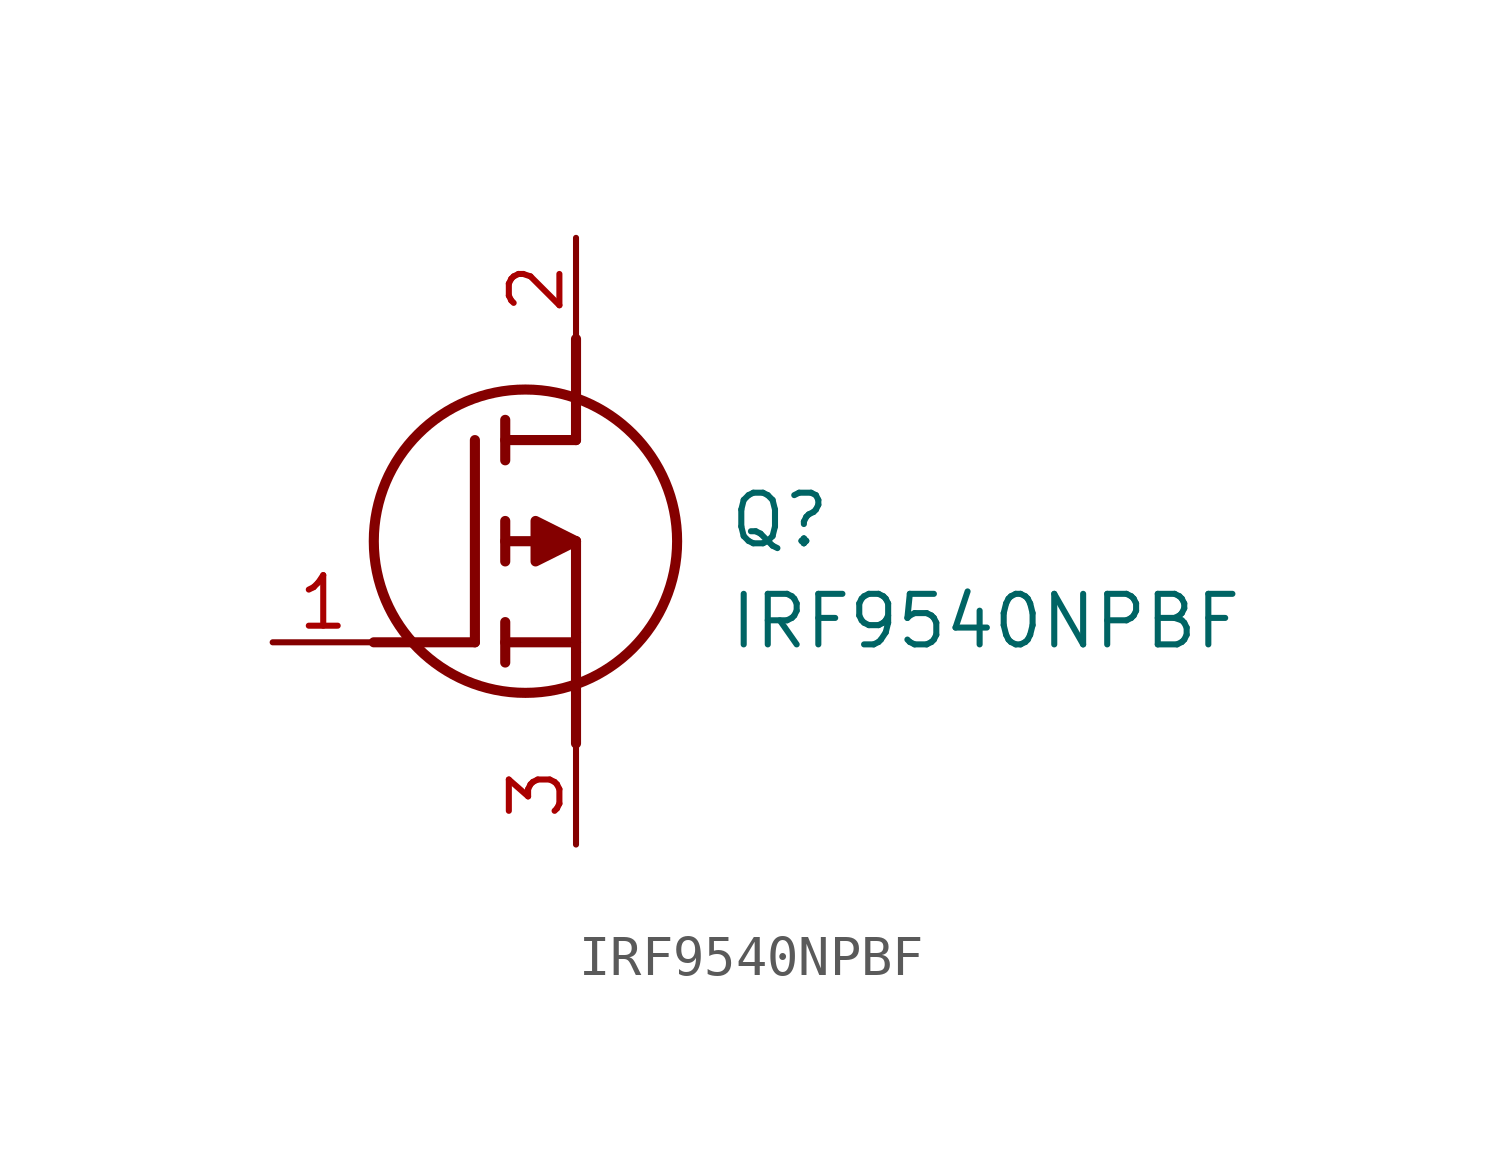
<source format=kicad_sym>
(kicad_symbol_lib
  (version 20211014)
  (generator SamacSys_ECAD_Model)
  (symbol "IRF9540NPBF"
    (pin_names hide)
    (property "Reference" "Q"
      (at 11.43 3.81 0)
      (effects (font (size 1.27 1.27)) (justify left top)))
    (property "Value" "IRF9540NPBF"
      (at 11.43 1.27 0)
      (effects (font (size 1.27 1.27)) (justify left top)))
    (polyline
      (pts (xy 7.62 2.54) (xy 7.62 -2.54))
      (stroke (width 0.254) (type default))
      (fill (type none)))
    (polyline
      (pts (xy 7.62 5.08) (xy 7.62 7.62))
      (stroke (width 0.254) (type default))
      (fill (type none)))
    (polyline
      (pts (xy 2.54 0) (xy 5.08 0))
      (stroke (width 0.254) (type default))
      (fill (type none)))
    (polyline
      (pts (xy 5.08 5.08) (xy 5.08 0))
      (stroke (width 0.254) (type default))
      (fill (type none)))
    (polyline
      (pts (xy 7.62 2.54) (xy 5.842 2.54))
      (stroke (width 0.254) (type default))
      (fill (type none)))
    (polyline
      (pts (xy 7.62 5.08) (xy 5.842 5.08))
      (stroke (width 0.254) (type default))
      (fill (type none)))
    (polyline
      (pts (xy 5.842 0) (xy 7.62 0))
      (stroke (width 0.254) (type default))
      (fill (type none)))
    (polyline
      (pts (xy 5.842 5.588) (xy 5.842 4.572))
      (stroke (width 0.254) (type default))
      (fill (type none)))
    (polyline
      (pts (xy 5.842 -0.508) (xy 5.842 0.508))
      (stroke (width 0.254) (type default))
      (fill (type none)))
    (polyline
      (pts (xy 5.842 2.032) (xy 5.842 3.048))
      (stroke (width 0.254) (type default))
      (fill (type none)))
    (circle
      (center 6.35 2.54)
      (radius 3.81)
      (stroke (width 0.254) (type default))
      (fill (type none)))
    (polyline
      (pts (xy 7.62 2.54) (xy 6.604 3.048) (xy 6.604 2.032) (xy 7.62 2.54))
      (stroke (width 0.254) (type default))
      (fill (type outline)))
    (pin power_in line
      (at 0 0 0)
      (length 2.54)
      (name "G" (effects (font (size 1.27 1.27))))
      (number "1" (effects (font (size 1.27 1.27)))))
    (pin output line
      (at 7.62 10.16 270)
      (length 2.54)
      (name "D" (effects (font (size 1.27 1.27))))
      (number "2" (effects (font (size 1.27 1.27)))))
    (pin power_in line
      (at 7.62 -5.08 90)
      (length 2.54)
      (name "S" (effects (font (size 1.27 1.27))))
      (number "3" (effects (font (size 1.27 1.27)))))))
</source>
